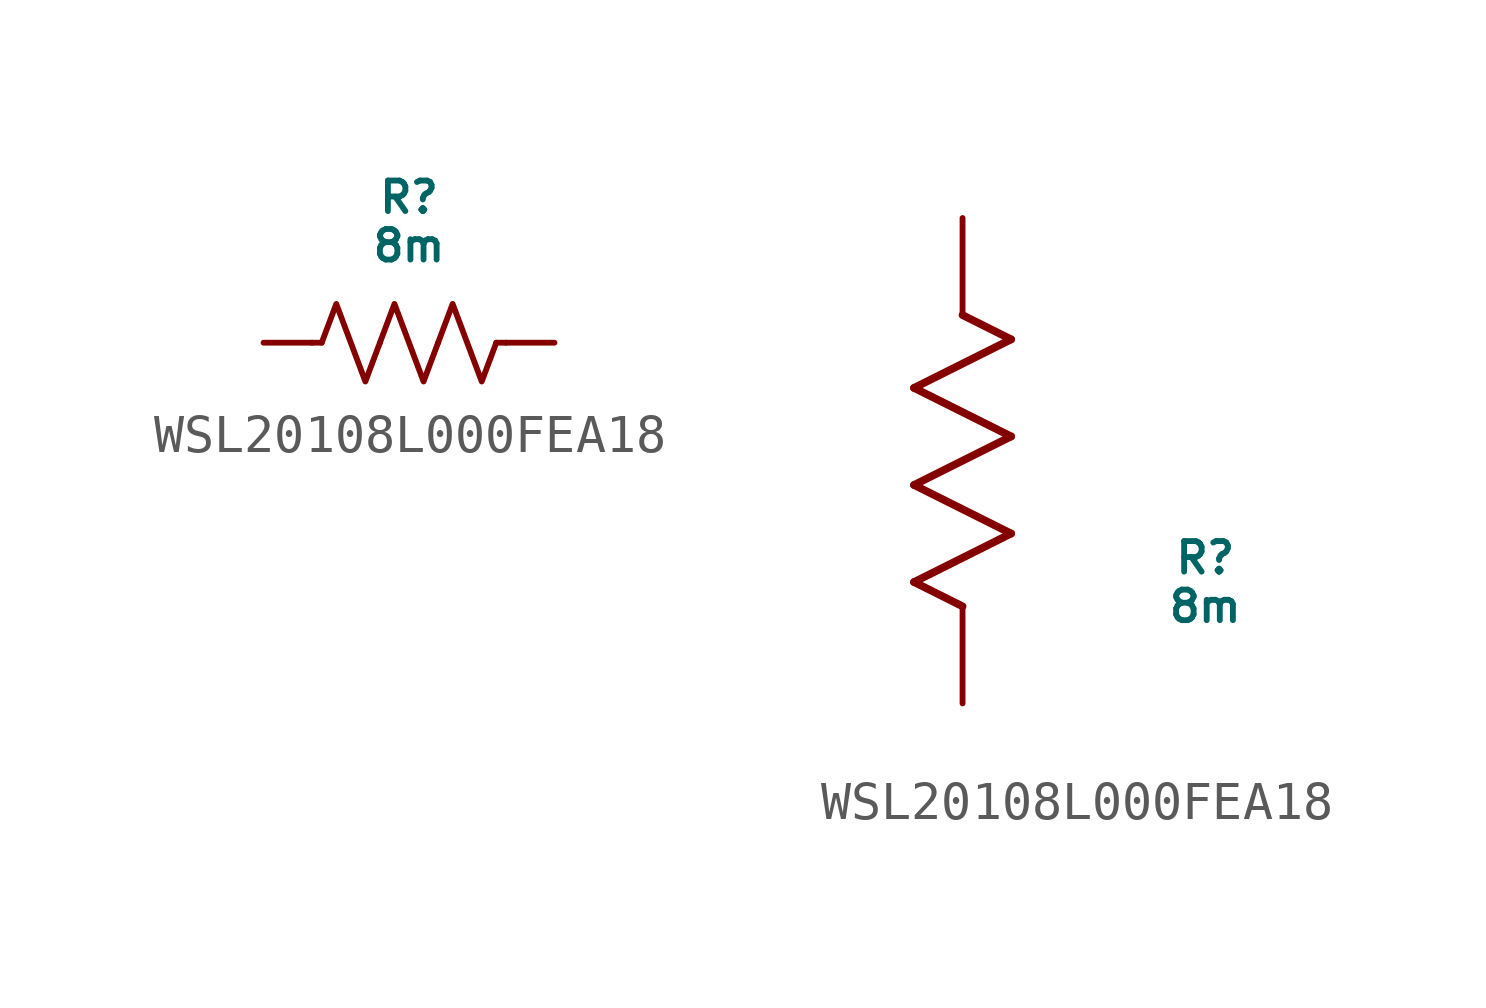
<source format=kicad_sym>
(kicad_symbol_lib
  (version 20220914)
  (generator kicad_symbol_editor)
  (symbol "WSL20108L000FEA18"
    (pin_numbers hide)
    (pin_names
      (offset 0.254) hide)
    (property "Reference" "R"
      (at 6.35 3.81 0)
      (do_not_autoplace)
      (effects (font (size 0.8 0.8))))
    (property "Value" "8m"
      (at 6.35 2.54 0)
      (do_not_autoplace)
      (effects (font (size 0.8 0.8))))
    (symbol "WSL20108L000FEA18_0_1"
      (polyline (pts (xy 4.064 0) (xy 3.81 0)) (stroke (width 0) (type default)) (fill (type none)))
      (polyline (pts (xy 8.636 0) (xy 8.89 0)) (stroke (width 0) (type default)) (fill (type none)))
      (polyline (pts (xy 4.064 0) (xy 4.445 1.016) (xy 4.826 0) (xy 5.207 -1.016) (xy 5.588 0)) (stroke (width 0) (type default)) (fill (type none)))
      (polyline (pts (xy 5.588 0) (xy 5.969 1.016) (xy 6.35 0) (xy 6.731 -1.016) (xy 7.112 0)) (stroke (width 0) (type default)) (fill (type none)))
      (polyline (pts (xy 7.112 0) (xy 7.493 1.016) (xy 7.874 0) (xy 8.255 -1.016) (xy 8.636 0)) (stroke (width 0) (type default)) (fill (type none))))
    (symbol "WSL20108L000FEA18_1_1"
      (pin passive line (at 2.54 0 0) (length 1.27) (name "" (effects (font (size 1.27 1.27)))) (number "1" (effects (font (size 1.27 1.27)))))
      (pin passive line (at 10.16 0 180) (length 1.27) (name "" (effects (font (size 1.27 1.27)))) (number "2" (effects (font (size 1.27 1.27))))))
    (symbol "WSL20108L000FEA18_1_2"
      (polyline (pts (xy -1.27 3.175) (xy 1.27 4.445)) (stroke (width 0.203) (type default)) (fill (type none)))
      (polyline (pts (xy -1.27 5.715) (xy 1.27 6.985)) (stroke (width 0.203) (type default)) (fill (type none)))
      (polyline (pts (xy -1.27 8.255) (xy 1.27 9.525)) (stroke (width 0.203) (type default)) (fill (type none)))
      (polyline (pts (xy 0 2.54) (xy -1.27 3.175)) (stroke (width 0.203) (type default)) (fill (type none)))
      (polyline (pts (xy 1.27 4.445) (xy -1.27 5.715)) (stroke (width 0.203) (type default)) (fill (type none)))
      (polyline (pts (xy 1.27 6.985) (xy -1.27 8.255)) (stroke (width 0.203) (type default)) (fill (type none)))
      (polyline (pts (xy 1.27 9.525) (xy 0 10.16)) (stroke (width 0.203) (type default)) (fill (type none)))
      (pin unspecified line (at 0 12.7 270) (length 2.54) (name "" (effects (font (size 1.27 1.27)))) (number "1" (effects (font (size 1.27 1.27)))))
      (pin unspecified line (at 0 0 90) (length 2.54) (name "" (effects (font (size 1.27 1.27)))) (number "2" (effects (font (size 1.27 1.27))))))))
</source>
